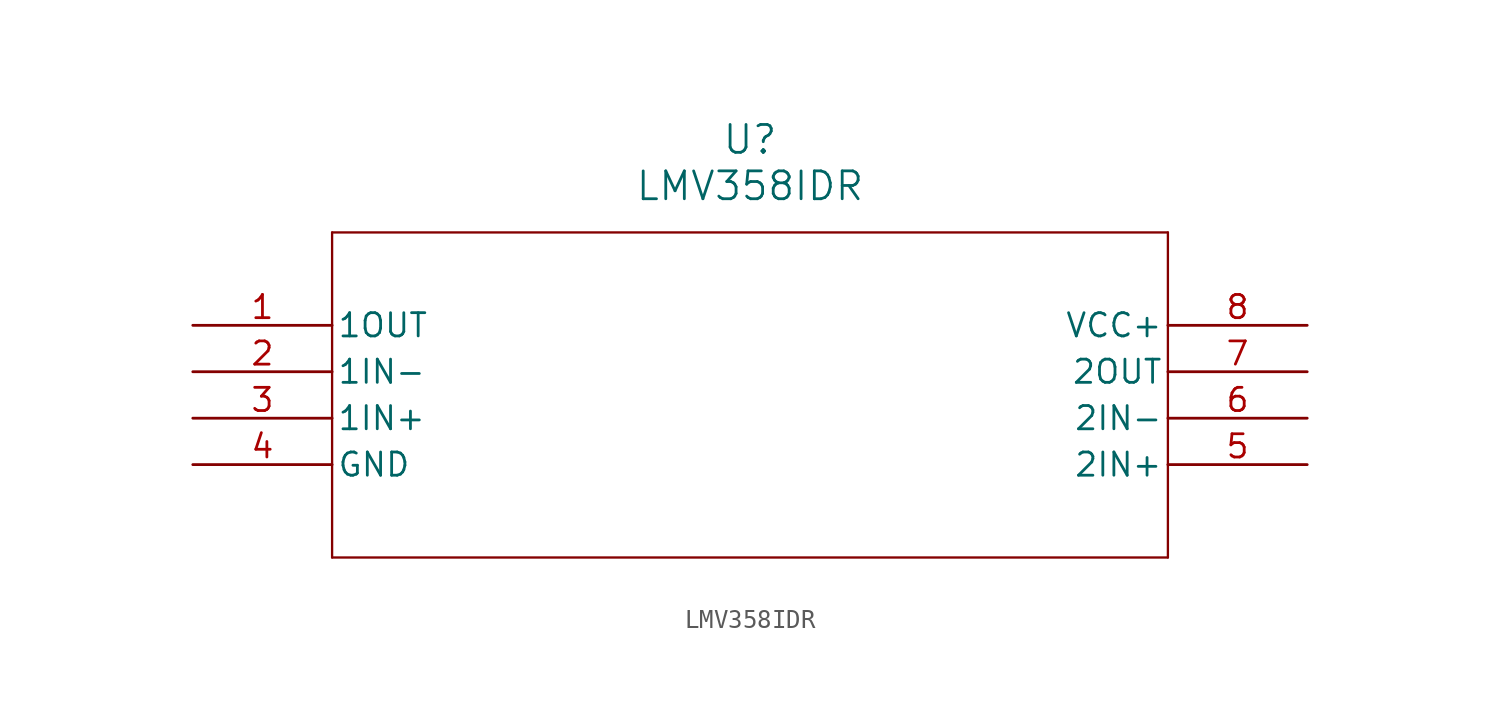
<source format=kicad_sym>
(kicad_symbol_lib
  (version 20211014)
  (generator kicad_symbol_editor)
  (symbol "LMV358IDR"
    (pin_names
      (offset 0.254))
    (property "Reference" "U"
      (at 30.48 10.16 0)
      (effects (font (size 1.524 1.524))))
    (property "Value" "LMV358IDR"
      (at 30.48 7.62 0)
      (effects (font (size 1.524 1.524))))
    (symbol "LMV358IDR_0_1"
      (polyline (pts (xy 7.62 5.08) (xy 7.62 -12.7)) (stroke (width 0.127) (type default) (color 0 0 0 0)) (fill (type none)))
      (polyline (pts (xy 7.62 -12.7) (xy 53.34 -12.7)) (stroke (width 0.127) (type default) (color 0 0 0 0)) (fill (type none)))
      (polyline (pts (xy 53.34 -12.7) (xy 53.34 5.08)) (stroke (width 0.127) (type default) (color 0 0 0 0)) (fill (type none)))
      (polyline (pts (xy 53.34 5.08) (xy 7.62 5.08)) (stroke (width 0.127) (type default) (color 0 0 0 0)) (fill (type none)))
      (pin output line (at 0 0 0) (length 7.62) (name "1OUT" (effects (font (size 1.27 1.27)))) (number "1" (effects (font (size 1.27 1.27)))))
      (pin input line (at 0 -2.54 0) (length 7.62) (name "1IN-" (effects (font (size 1.27 1.27)))) (number "2" (effects (font (size 1.27 1.27)))))
      (pin input line (at 0 -5.08 0) (length 7.62) (name "1IN+" (effects (font (size 1.27 1.27)))) (number "3" (effects (font (size 1.27 1.27)))))
      (pin power_in line (at 0 -7.62 0) (length 7.62) (name "GND" (effects (font (size 1.27 1.27)))) (number "4" (effects (font (size 1.27 1.27)))))
      (pin input line (at 60.96 -7.62 180) (length 7.62) (name "2IN+" (effects (font (size 1.27 1.27)))) (number "5" (effects (font (size 1.27 1.27)))))
      (pin input line (at 60.96 -5.08 180) (length 7.62) (name "2IN-" (effects (font (size 1.27 1.27)))) (number "6" (effects (font (size 1.27 1.27)))))
      (pin output line (at 60.96 -2.54 180) (length 7.62) (name "2OUT" (effects (font (size 1.27 1.27)))) (number "7" (effects (font (size 1.27 1.27)))))
      (pin power_in line (at 60.96 0 180) (length 7.62) (name "VCC+" (effects (font (size 1.27 1.27)))) (number "8" (effects (font (size 1.27 1.27))))))))
</source>
